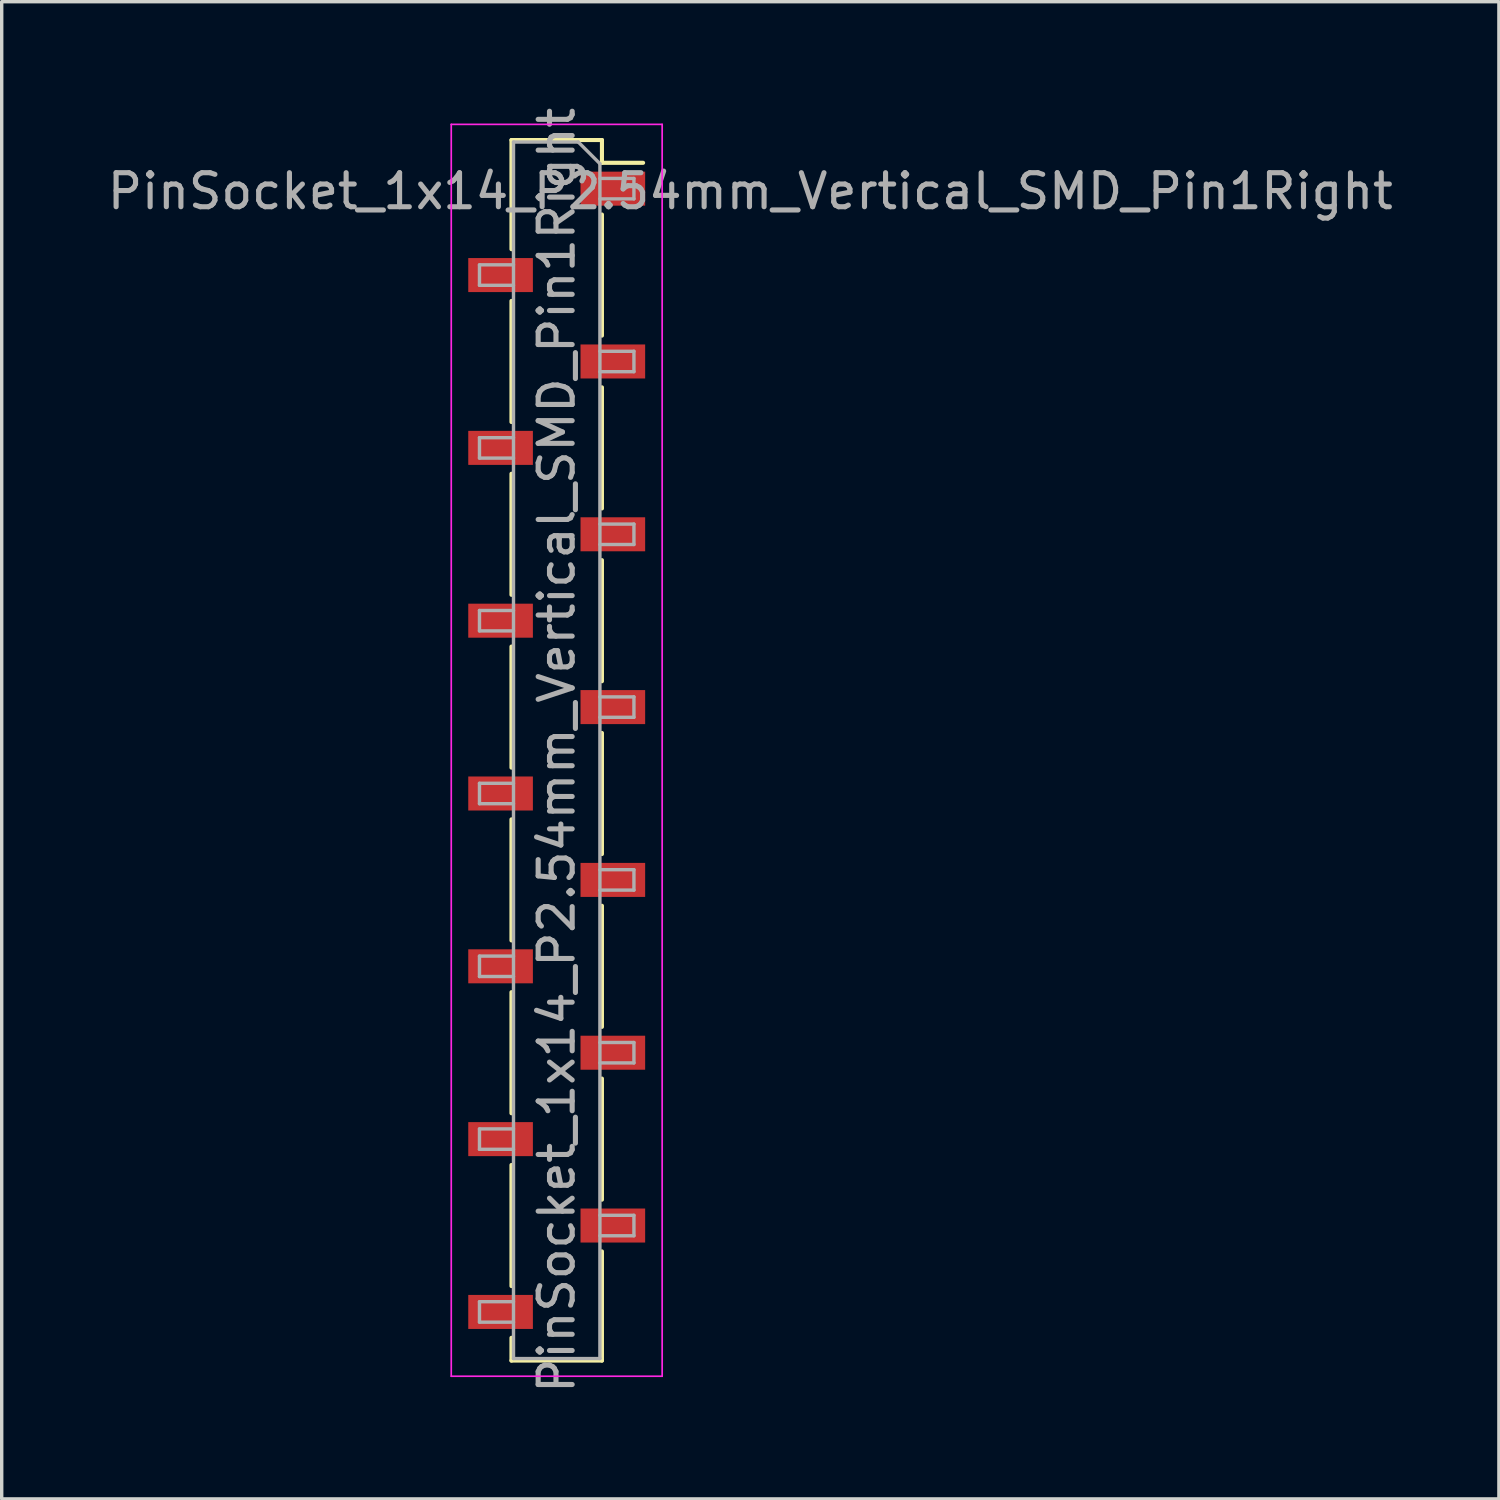
<source format=kicad_pcb>
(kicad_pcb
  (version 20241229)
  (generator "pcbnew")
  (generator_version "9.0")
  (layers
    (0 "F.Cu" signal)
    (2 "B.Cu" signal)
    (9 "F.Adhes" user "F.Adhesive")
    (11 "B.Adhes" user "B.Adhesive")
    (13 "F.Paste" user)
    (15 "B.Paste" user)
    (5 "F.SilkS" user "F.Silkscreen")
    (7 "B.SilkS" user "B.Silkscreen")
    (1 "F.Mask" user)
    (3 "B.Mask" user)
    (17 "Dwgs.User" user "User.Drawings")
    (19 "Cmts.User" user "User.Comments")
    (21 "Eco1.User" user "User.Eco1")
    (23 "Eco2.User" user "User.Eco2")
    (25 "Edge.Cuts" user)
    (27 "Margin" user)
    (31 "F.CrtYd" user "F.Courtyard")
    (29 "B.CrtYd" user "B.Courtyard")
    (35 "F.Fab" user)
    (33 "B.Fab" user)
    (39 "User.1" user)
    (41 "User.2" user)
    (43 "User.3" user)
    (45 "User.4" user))
  (footprint "PinSocket_1x14_P2.54mm_Vertical_SMD_Pin1Right"
    (layer "F.Cu")
    (at 13.315 19.006)
    (property "Reference" "PinSocket_1x14_P2.54mm_Vertical_SMD_Pin1Right" (at 5.691 -16.434 0) (layer "F.Fab") (effects (font (size 1 1) (thickness 0.15))))
    (attr smd)
    (fp_line (start -1.33 -17.94) (end -1.33 -14.73) (stroke (width 0.12) (type solid)) (layer "F.SilkS"))
    (fp_line (start -1.33 -17.94) (end 1.33 -17.94) (stroke (width 0.12) (type solid)) (layer "F.SilkS"))
    (fp_line (start -1.33 -13.21) (end -1.33 -9.65) (stroke (width 0.12) (type solid)) (layer "F.SilkS"))
    (fp_line (start -1.33 -8.13) (end -1.33 -4.57) (stroke (width 0.12) (type solid)) (layer "F.SilkS"))
    (fp_line (start -1.33 -3.05) (end -1.33 0.51) (stroke (width 0.12) (type solid)) (layer "F.SilkS"))
    (fp_line (start -1.33 2.03) (end -1.33 5.59) (stroke (width 0.12) (type solid)) (layer "F.SilkS"))
    (fp_line (start -1.33 7.11) (end -1.33 10.67) (stroke (width 0.12) (type solid)) (layer "F.SilkS"))
    (fp_line (start -1.33 12.19) (end -1.33 15.75) (stroke (width 0.12) (type solid)) (layer "F.SilkS"))
    (fp_line (start -1.33 17.27) (end -1.33 17.94) (stroke (width 0.12) (type solid)) (layer "F.SilkS"))
    (fp_line (start -1.33 17.94) (end 1.33 17.94) (stroke (width 0.12) (type solid)) (layer "F.SilkS"))
    (fp_line (start 1.33 -17.94) (end 1.33 -17.27) (stroke (width 0.12) (type solid)) (layer "F.SilkS"))
    (fp_line (start 1.33 -17.27) (end 2.54 -17.27) (stroke (width 0.12) (type solid)) (layer "F.SilkS"))
    (fp_line (start 1.33 -15.75) (end 1.33 -12.19) (stroke (width 0.12) (type solid)) (layer "F.SilkS"))
    (fp_line (start 1.33 -10.67) (end 1.33 -7.11) (stroke (width 0.12) (type solid)) (layer "F.SilkS"))
    (fp_line (start 1.33 -5.59) (end 1.33 -2.03) (stroke (width 0.12) (type solid)) (layer "F.SilkS"))
    (fp_line (start 1.33 -0.51) (end 1.33 3.05) (stroke (width 0.12) (type solid)) (layer "F.SilkS"))
    (fp_line (start 1.33 4.57) (end 1.33 8.13) (stroke (width 0.12) (type solid)) (layer "F.SilkS"))
    (fp_line (start 1.33 9.65) (end 1.33 13.21) (stroke (width 0.12) (type solid)) (layer "F.SilkS"))
    (fp_line (start 1.33 14.73) (end 1.33 17.94) (stroke (width 0.12) (type solid)) (layer "F.SilkS"))
    (fp_line (start -3.1 -18.4) (end 3.1 -18.4) (stroke (width 0.05) (type solid)) (layer "F.CrtYd"))
    (fp_line (start -3.1 18.4) (end -3.1 -18.4) (stroke (width 0.05) (type solid)) (layer "F.CrtYd"))
    (fp_line (start 3.1 -18.4) (end 3.1 18.4) (stroke (width 0.05) (type solid)) (layer "F.CrtYd"))
    (fp_line (start 3.1 18.4) (end -3.1 18.4) (stroke (width 0.05) (type solid)) (layer "F.CrtYd"))
    (fp_line (start -2.27 -14.27) (end -1.27 -14.27) (stroke (width 0.1) (type solid)) (layer "F.Fab"))
    (fp_line (start -2.27 -13.67) (end -2.27 -14.27) (stroke (width 0.1) (type solid)) (layer "F.Fab"))
    (fp_line (start -2.27 -9.19) (end -1.27 -9.19) (stroke (width 0.1) (type solid)) (layer "F.Fab"))
    (fp_line (start -2.27 -8.59) (end -2.27 -9.19) (stroke (width 0.1) (type solid)) (layer "F.Fab"))
    (fp_line (start -2.27 -4.11) (end -1.27 -4.11) (stroke (width 0.1) (type solid)) (layer "F.Fab"))
    (fp_line (start -2.27 -3.51) (end -2.27 -4.11) (stroke (width 0.1) (type solid)) (layer "F.Fab"))
    (fp_line (start -2.27 0.97) (end -1.27 0.97) (stroke (width 0.1) (type solid)) (layer "F.Fab"))
    (fp_line (start -2.27 1.57) (end -2.27 0.97) (stroke (width 0.1) (type solid)) (layer "F.Fab"))
    (fp_line (start -2.27 6.05) (end -1.27 6.05) (stroke (width 0.1) (type solid)) (layer "F.Fab"))
    (fp_line (start -2.27 6.65) (end -2.27 6.05) (stroke (width 0.1) (type solid)) (layer "F.Fab"))
    (fp_line (start -2.27 11.13) (end -1.27 11.13) (stroke (width 0.1) (type solid)) (layer "F.Fab"))
    (fp_line (start -2.27 11.73) (end -2.27 11.13) (stroke (width 0.1) (type solid)) (layer "F.Fab"))
    (fp_line (start -2.27 16.21) (end -1.27 16.21) (stroke (width 0.1) (type solid)) (layer "F.Fab"))
    (fp_line (start -2.27 16.81) (end -2.27 16.21) (stroke (width 0.1) (type solid)) (layer "F.Fab"))
    (fp_line (start -1.27 -17.88) (end 0.635 -17.88) (stroke (width 0.1) (type solid)) (layer "F.Fab"))
    (fp_line (start -1.27 -13.67) (end -2.27 -13.67) (stroke (width 0.1) (type solid)) (layer "F.Fab"))
    (fp_line (start -1.27 -8.59) (end -2.27 -8.59) (stroke (width 0.1) (type solid)) (layer "F.Fab"))
    (fp_line (start -1.27 -3.51) (end -2.27 -3.51) (stroke (width 0.1) (type solid)) (layer "F.Fab"))
    (fp_line (start -1.27 1.57) (end -2.27 1.57) (stroke (width 0.1) (type solid)) (layer "F.Fab"))
    (fp_line (start -1.27 6.65) (end -2.27 6.65) (stroke (width 0.1) (type solid)) (layer "F.Fab"))
    (fp_line (start -1.27 11.73) (end -2.27 11.73) (stroke (width 0.1) (type solid)) (layer "F.Fab"))
    (fp_line (start -1.27 16.81) (end -2.27 16.81) (stroke (width 0.1) (type solid)) (layer "F.Fab"))
    (fp_line (start -1.27 17.88) (end -1.27 -17.88) (stroke (width 0.1) (type solid)) (layer "F.Fab"))
    (fp_line (start 0.635 -17.88) (end 1.27 -17.245) (stroke (width 0.1) (type solid)) (layer "F.Fab"))
    (fp_line (start 1.27 -17.245) (end 1.27 17.88) (stroke (width 0.1) (type solid)) (layer "F.Fab"))
    (fp_line (start 1.27 -16.81) (end 2.27 -16.81) (stroke (width 0.1) (type solid)) (layer "F.Fab"))
    (fp_line (start 1.27 -11.73) (end 2.27 -11.73) (stroke (width 0.1) (type solid)) (layer "F.Fab"))
    (fp_line (start 1.27 -6.65) (end 2.27 -6.65) (stroke (width 0.1) (type solid)) (layer "F.Fab"))
    (fp_line (start 1.27 -1.57) (end 2.27 -1.57) (stroke (width 0.1) (type solid)) (layer "F.Fab"))
    (fp_line (start 1.27 3.51) (end 2.27 3.51) (stroke (width 0.1) (type solid)) (layer "F.Fab"))
    (fp_line (start 1.27 8.59) (end 2.27 8.59) (stroke (width 0.1) (type solid)) (layer "F.Fab"))
    (fp_line (start 1.27 13.67) (end 2.27 13.67) (stroke (width 0.1) (type solid)) (layer "F.Fab"))
    (fp_line (start 1.27 17.88) (end -1.27 17.88) (stroke (width 0.1) (type solid)) (layer "F.Fab"))
    (fp_line (start 2.27 -16.81) (end 2.27 -16.21) (stroke (width 0.1) (type solid)) (layer "F.Fab"))
    (fp_line (start 2.27 -16.21) (end 1.27 -16.21) (stroke (width 0.1) (type solid)) (layer "F.Fab"))
    (fp_line (start 2.27 -11.73) (end 2.27 -11.13) (stroke (width 0.1) (type solid)) (layer "F.Fab"))
    (fp_line (start 2.27 -11.13) (end 1.27 -11.13) (stroke (width 0.1) (type solid)) (layer "F.Fab"))
    (fp_line (start 2.27 -6.65) (end 2.27 -6.05) (stroke (width 0.1) (type solid)) (layer "F.Fab"))
    (fp_line (start 2.27 -6.05) (end 1.27 -6.05) (stroke (width 0.1) (type solid)) (layer "F.Fab"))
    (fp_line (start 2.27 -1.57) (end 2.27 -0.97) (stroke (width 0.1) (type solid)) (layer "F.Fab"))
    (fp_line (start 2.27 -0.97) (end 1.27 -0.97) (stroke (width 0.1) (type solid)) (layer "F.Fab"))
    (fp_line (start 2.27 3.51) (end 2.27 4.11) (stroke (width 0.1) (type solid)) (layer "F.Fab"))
    (fp_line (start 2.27 4.11) (end 1.27 4.11) (stroke (width 0.1) (type solid)) (layer "F.Fab"))
    (fp_line (start 2.27 8.59) (end 2.27 9.19) (stroke (width 0.1) (type solid)) (layer "F.Fab"))
    (fp_line (start 2.27 9.19) (end 1.27 9.19) (stroke (width 0.1) (type solid)) (layer "F.Fab"))
    (fp_line (start 2.27 13.67) (end 2.27 14.27) (stroke (width 0.1) (type solid)) (layer "F.Fab"))
    (fp_line (start 2.27 14.27) (end 1.27 14.27) (stroke (width 0.1) (type solid)) (layer "F.Fab"))
    (fp_text user "${REFERENCE}" (at 0 0 90) (layer "F.Fab") (effects (font (size 1 1) (thickness 0.15))))
    (pad "1" smd rect (at 1.65 -16.51) (size 1.9 1) (layers "F.Cu" "F.Mask" "F.Paste"))
    (pad "2" smd rect (at -1.65 -13.97) (size 1.9 1) (layers "F.Cu" "F.Mask" "F.Paste"))
    (pad "3" smd rect (at 1.65 -11.43) (size 1.9 1) (layers "F.Cu" "F.Mask" "F.Paste"))
    (pad "4" smd rect (at -1.65 -8.89) (size 1.9 1) (layers "F.Cu" "F.Mask" "F.Paste"))
    (pad "5" smd rect (at 1.65 -6.35) (size 1.9 1) (layers "F.Cu" "F.Mask" "F.Paste"))
    (pad "6" smd rect (at -1.65 -3.81) (size 1.9 1) (layers "F.Cu" "F.Mask" "F.Paste"))
    (pad "7" smd rect (at 1.65 -1.27) (size 1.9 1) (layers "F.Cu" "F.Mask" "F.Paste"))
    (pad "8" smd rect (at -1.65 1.27) (size 1.9 1) (layers "F.Cu" "F.Mask" "F.Paste"))
    (pad "9" smd rect (at 1.65 3.81) (size 1.9 1) (layers "F.Cu" "F.Mask" "F.Paste"))
    (pad "10" smd rect (at -1.65 6.35) (size 1.9 1) (layers "F.Cu" "F.Mask" "F.Paste"))
    (pad "11" smd rect (at 1.65 8.89) (size 1.9 1) (layers "F.Cu" "F.Mask" "F.Paste"))
    (pad "12" smd rect (at -1.65 11.43) (size 1.9 1) (layers "F.Cu" "F.Mask" "F.Paste"))
    (pad "13" smd rect (at 1.65 13.97) (size 1.9 1) (layers "F.Cu" "F.Mask" "F.Paste"))
    (pad "14" smd rect (at -1.65 16.51) (size 1.9 1) (layers "F.Cu" "F.Mask" "F.Paste")))
  (gr_rect
    (start -3 -3)
    (end 41.012 41.012)
    (stroke (width 0.1) (type default))
    (fill no)
    (layer "Edge.Cuts")))
</source>
